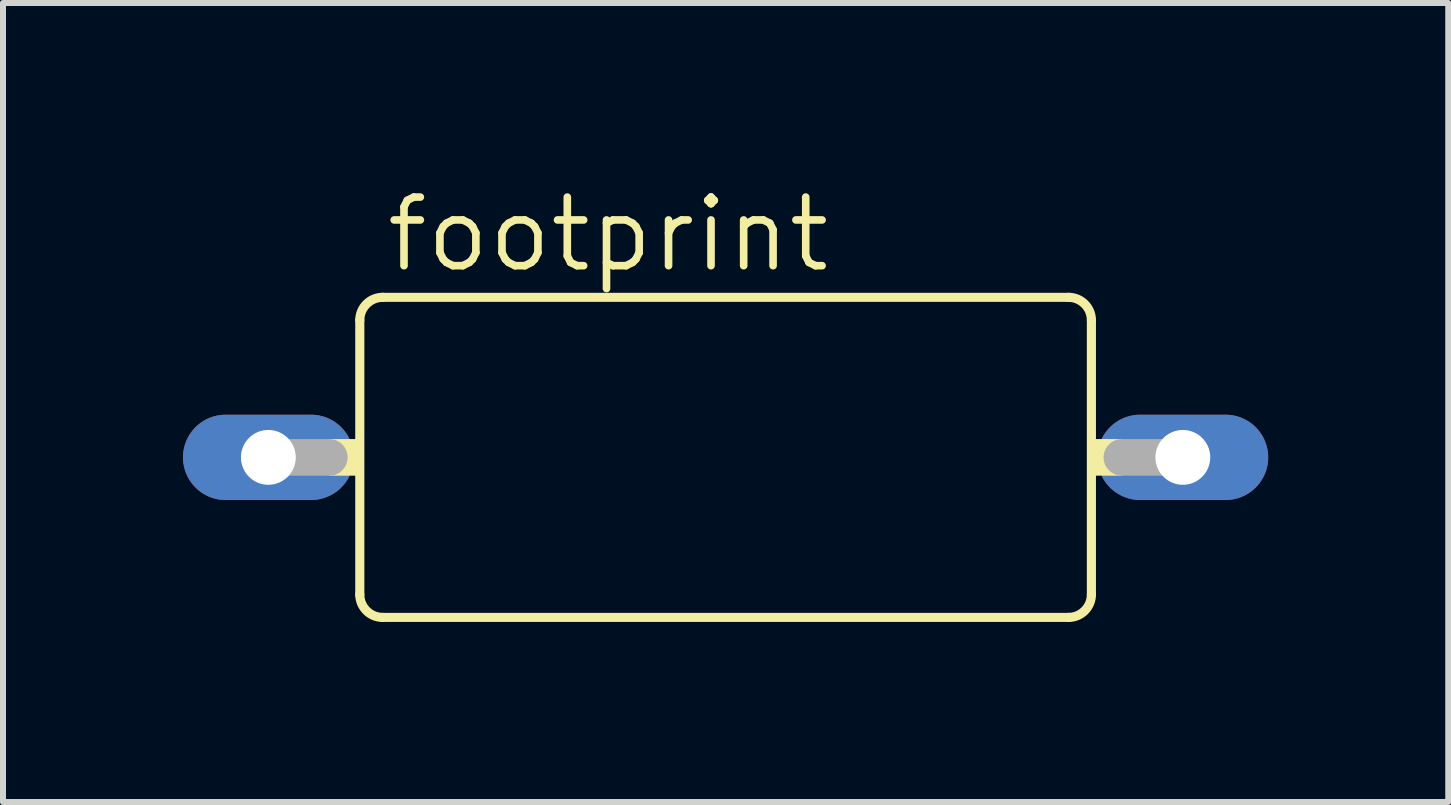
<source format=kicad_pcb>
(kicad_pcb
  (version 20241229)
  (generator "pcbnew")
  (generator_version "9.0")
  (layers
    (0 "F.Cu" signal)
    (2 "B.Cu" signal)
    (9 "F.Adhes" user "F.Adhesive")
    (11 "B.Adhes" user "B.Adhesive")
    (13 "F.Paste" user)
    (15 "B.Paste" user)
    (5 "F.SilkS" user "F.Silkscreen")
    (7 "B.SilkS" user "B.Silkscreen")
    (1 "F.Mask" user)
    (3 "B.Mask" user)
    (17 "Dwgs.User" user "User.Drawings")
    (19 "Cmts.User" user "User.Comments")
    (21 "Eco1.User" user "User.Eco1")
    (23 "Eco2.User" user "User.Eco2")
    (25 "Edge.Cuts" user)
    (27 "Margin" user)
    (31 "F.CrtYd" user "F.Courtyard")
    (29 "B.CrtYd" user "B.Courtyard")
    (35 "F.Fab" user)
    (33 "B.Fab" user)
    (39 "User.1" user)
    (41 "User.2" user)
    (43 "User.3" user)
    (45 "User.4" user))
  (footprint "footprint"
    (layer "F.Cu")
    (at 9.042 4.572)
    (property "Reference" "footprint" (at -5.715 -3.048 0) (layer "F.SilkS") (effects (font (size 1.143 1.143) (thickness 0.127)) (justify left bottom)))
    (fp_line (start -6.096 -2.286) (end -6.096 2.286) (stroke (width 0.152) (type solid)) (layer "F.SilkS"))
    (fp_line (start -5.715 -2.667) (end 5.715 -2.667) (stroke (width 0.152) (type solid)) (layer "F.SilkS"))
    (fp_line (start 5.715 2.667) (end -5.715 2.667) (stroke (width 0.152) (type solid)) (layer "F.SilkS"))
    (fp_line (start 6.096 -2.286) (end 6.096 2.286) (stroke (width 0.152) (type solid)) (layer "F.SilkS"))
    (fp_arc (start -6.096 -2.286) (mid -5.984408 -2.555408) (end -5.715 -2.667) (stroke (width 0.1524) (type solid)) (layer "F.SilkS"))
    (fp_arc (start -5.715 2.667) (mid -5.984408 2.555408) (end -6.096 2.286) (stroke (width 0.1524) (type solid)) (layer "F.SilkS"))
    (fp_arc (start 5.715 -2.667) (mid 5.984408 -2.555408) (end 6.096 -2.286) (stroke (width 0.1524) (type solid)) (layer "F.SilkS"))
    (fp_arc (start 6.096 2.286) (mid 5.984408 2.555408) (end 5.715 2.667) (stroke (width 0.1524) (type solid)) (layer "F.SilkS"))
    (fp_poly (pts (xy -6.604 0.305) (xy -6.096 0.305) (xy -6.096 -0.305) (xy -6.604 -0.305)) (stroke (width 0) (type solid)) (fill yes) (layer "F.SilkS"))
    (fp_poly (pts (xy 6.096 0.305) (xy 6.604 0.305) (xy 6.604 -0.305) (xy 6.096 -0.305)) (stroke (width 0) (type solid)) (fill yes) (layer "F.SilkS"))
    (fp_line (start -6.604 0) (end -7.62 0) (stroke (width 0.61) (type solid)) (layer "F.Fab"))
    (fp_line (start 7.62 0) (end 6.604 0) (stroke (width 0.61) (type solid)) (layer "F.Fab"))
    (pad "1" thru_hole oval (at -7.62 0) (size 2.845 1.422) (drill 0.914) (layers "*.Cu" "*.Mask"))
    (pad "2" thru_hole oval (at 7.62 0) (size 2.845 1.422) (drill 0.914) (layers "*.Cu" "*.Mask")))
  (gr_rect
    (start -3 -3)
    (end 21.085 10.315)
    (stroke (width 0.1) (type default))
    (fill no)
    (layer "Edge.Cuts")))
</source>
